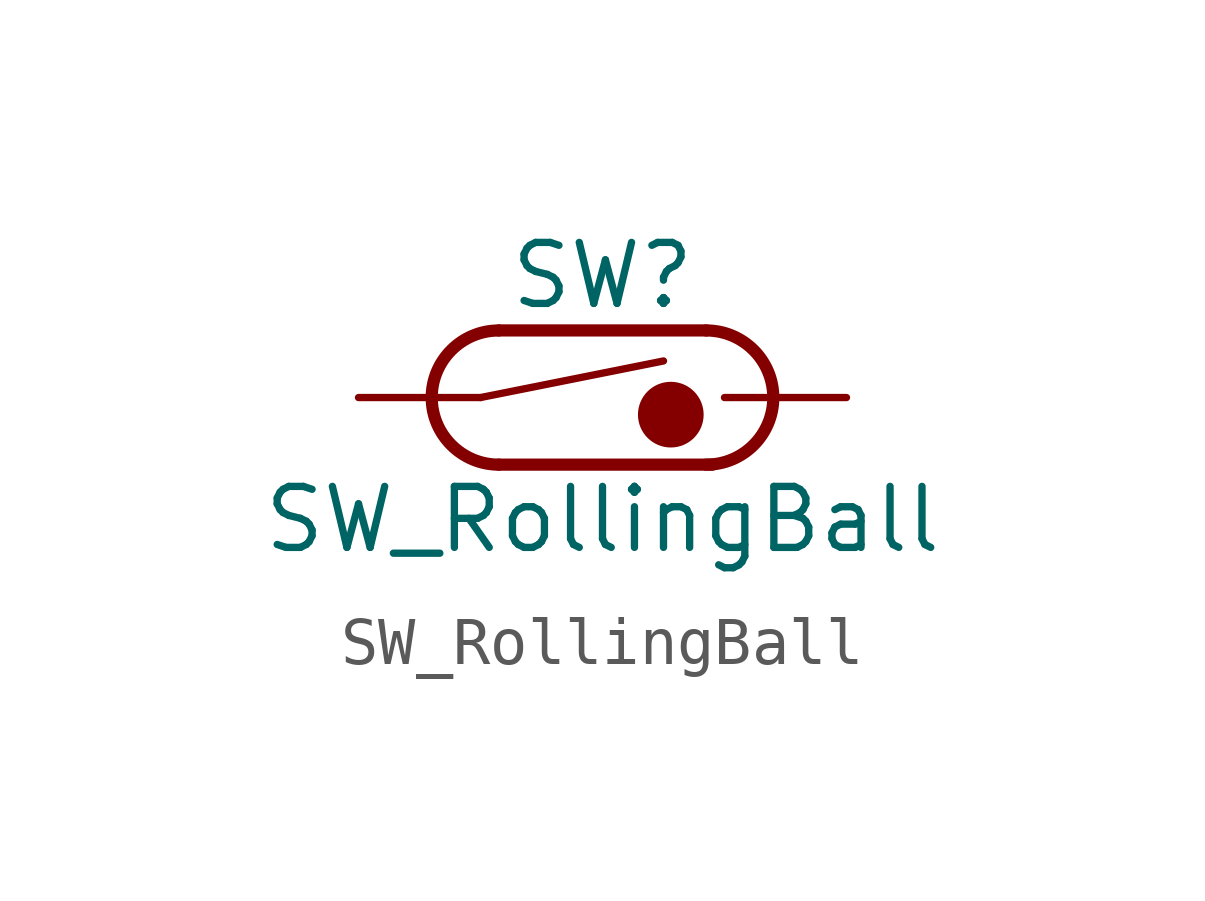
<source format=kicad_sym>
(kicad_symbol_lib
  (version 20220914)
  (generator kicad_symbol_editor)
  (symbol "SW_RollingBall"
    (pin_numbers hide)
    (pin_names
      (offset 0) hide)
    (property "Reference" "SW"
      (at 0 2.54 0)
      (effects (font (size 1.27 1.27))))
    (property "Value" "SW_RollingBall"
      (at 0 -2.54 0)
      (effects (font (size 1.27 1.27))))
    (symbol "SW_RollingBall_0_0"
      (arc (start -2.159 1.397) (mid -3.55 0) (end -2.159 -1.397) (stroke (width 0.254) (type default)) (fill (type none)))
      (polyline (pts (xy -2.54 0) (xy 1.27 0.762)) (stroke (width 0) (type default)) (fill (type none)))
      (polyline (pts (xy -2.159 -1.397) (xy 2.286 -1.397)) (stroke (width 0.254) (type default)) (fill (type none)))
      (polyline (pts (xy 2.159 1.397) (xy -2.159 1.397)) (stroke (width 0.254) (type default)) (fill (type none)))
      (arc (start 2.159 -1.397) (mid 3.55 0) (end 2.159 1.397) (stroke (width 0.254) (type default)) (fill (type none))))
    (symbol "SW_RollingBall_1_1"
      (circle (center 1.422 -0.356) (radius 0.359) (stroke (width 0.65) (type default)) (fill (type outline)))
      (pin passive line (at -5.08 0 0) (length 2.54) (name "1" (effects (font (size 1.27 1.27)))) (number "1" (effects (font (size 1.27 1.27)))))
      (pin passive line (at 5.08 0 180) (length 2.54) (name "2" (effects (font (size 1.27 1.27)))) (number "2" (effects (font (size 1.27 1.27))))))))
</source>
